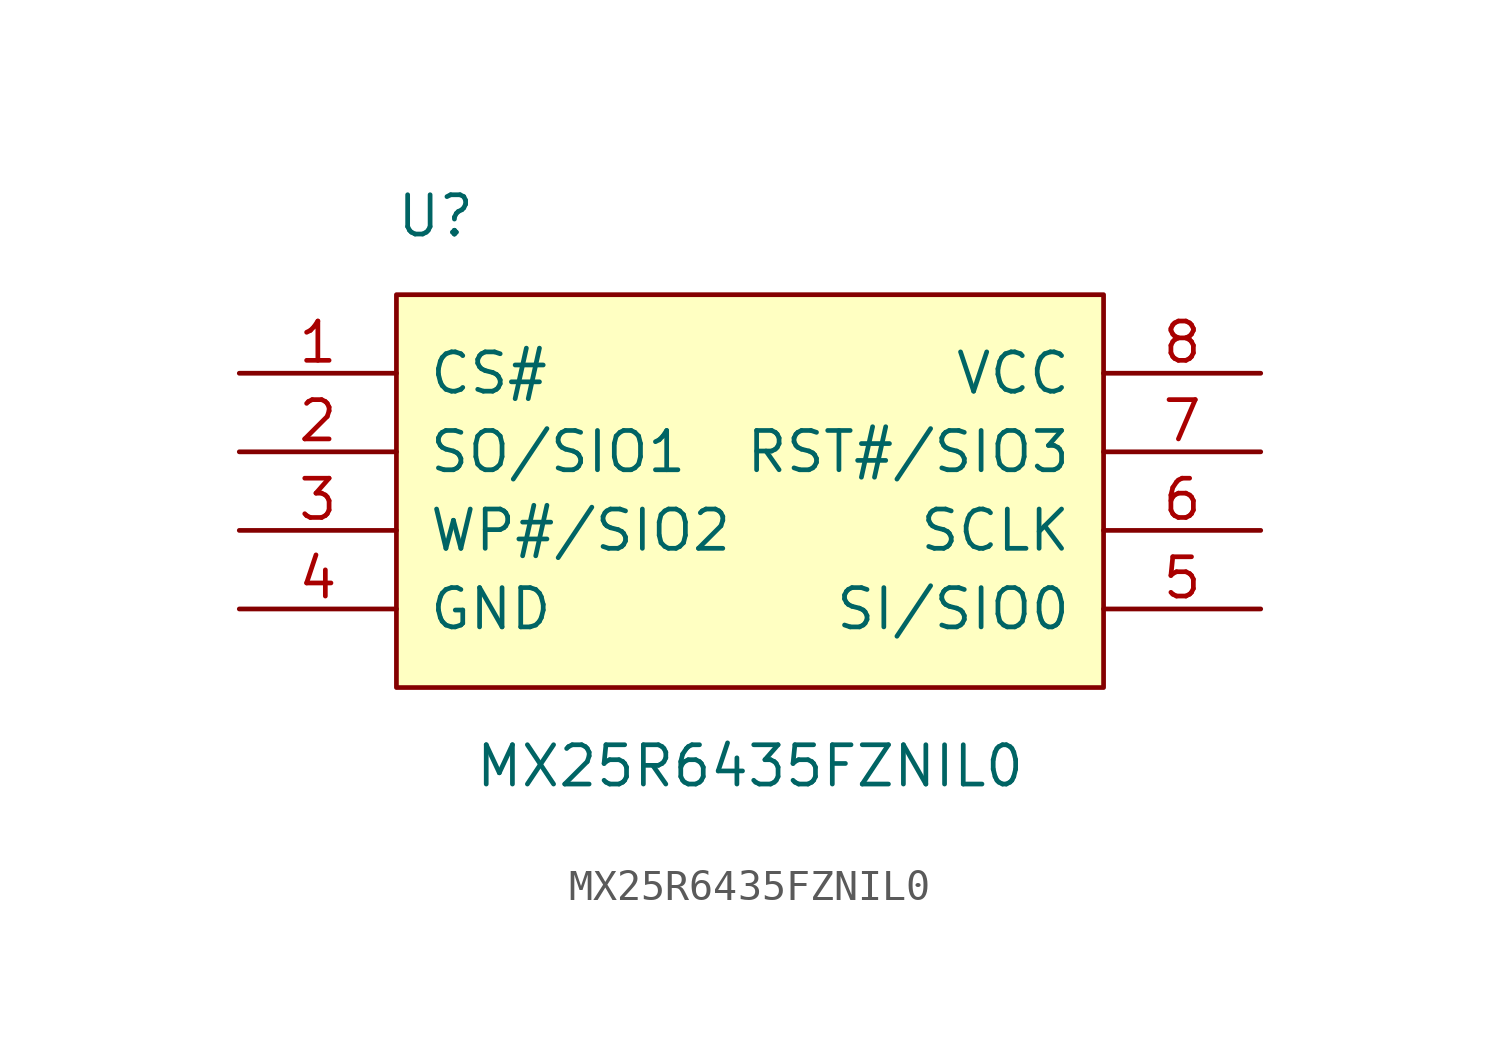
<source format=kicad_sym>
(kicad_symbol_lib
  (version 20211014)
  (generator kicad_symbol_editor)
  (symbol "MX25R6435FZNIL0"
    (pin_names
      (offset 1.016))
    (property "Reference" "U"
      (at -10.16 8.89 0)
      (effects (font (size 1.27 1.27))))
    (property "Value" "MX25R6435FZNIL0"
      (at 0 -8.89 0)
      (effects (font (size 1.27 1.27))))
    (symbol "MX25R6435FZNIL0_0_1"
      (rectangle (start -11.43 6.35) (end 11.43 -6.35) (stroke (width 0) (type default) (color 0 0 0 0)) (fill (type background))))
    (symbol "MX25R6435FZNIL0_1_1"
      (pin passive line (at -16.51 3.81 0) (length 5.08) (name "CS#" (effects (font (size 1.27 1.27)))) (number "1" (effects (font (size 1.27 1.27)))))
      (pin passive line (at -16.51 1.27 0) (length 5.08) (name "SO/SIO1" (effects (font (size 1.27 1.27)))) (number "2" (effects (font (size 1.27 1.27)))))
      (pin passive line (at -16.51 -1.27 0) (length 5.08) (name "WP#/SIO2" (effects (font (size 1.27 1.27)))) (number "3" (effects (font (size 1.27 1.27)))))
      (pin passive line (at -16.51 -3.81 0) (length 5.08) (name "GND" (effects (font (size 1.27 1.27)))) (number "4" (effects (font (size 1.27 1.27)))))
      (pin passive line (at 16.51 -3.81 180) (length 5.08) (name "SI/SIO0" (effects (font (size 1.27 1.27)))) (number "5" (effects (font (size 1.27 1.27)))))
      (pin passive line (at 16.51 -1.27 180) (length 5.08) (name "SCLK" (effects (font (size 1.27 1.27)))) (number "6" (effects (font (size 1.27 1.27)))))
      (pin passive line (at 16.51 1.27 180) (length 5.08) (name "RST#/SIO3" (effects (font (size 1.27 1.27)))) (number "7" (effects (font (size 1.27 1.27)))))
      (pin passive line (at 16.51 3.81 180) (length 5.08) (name "VCC" (effects (font (size 1.27 1.27)))) (number "8" (effects (font (size 1.27 1.27))))))))
</source>
